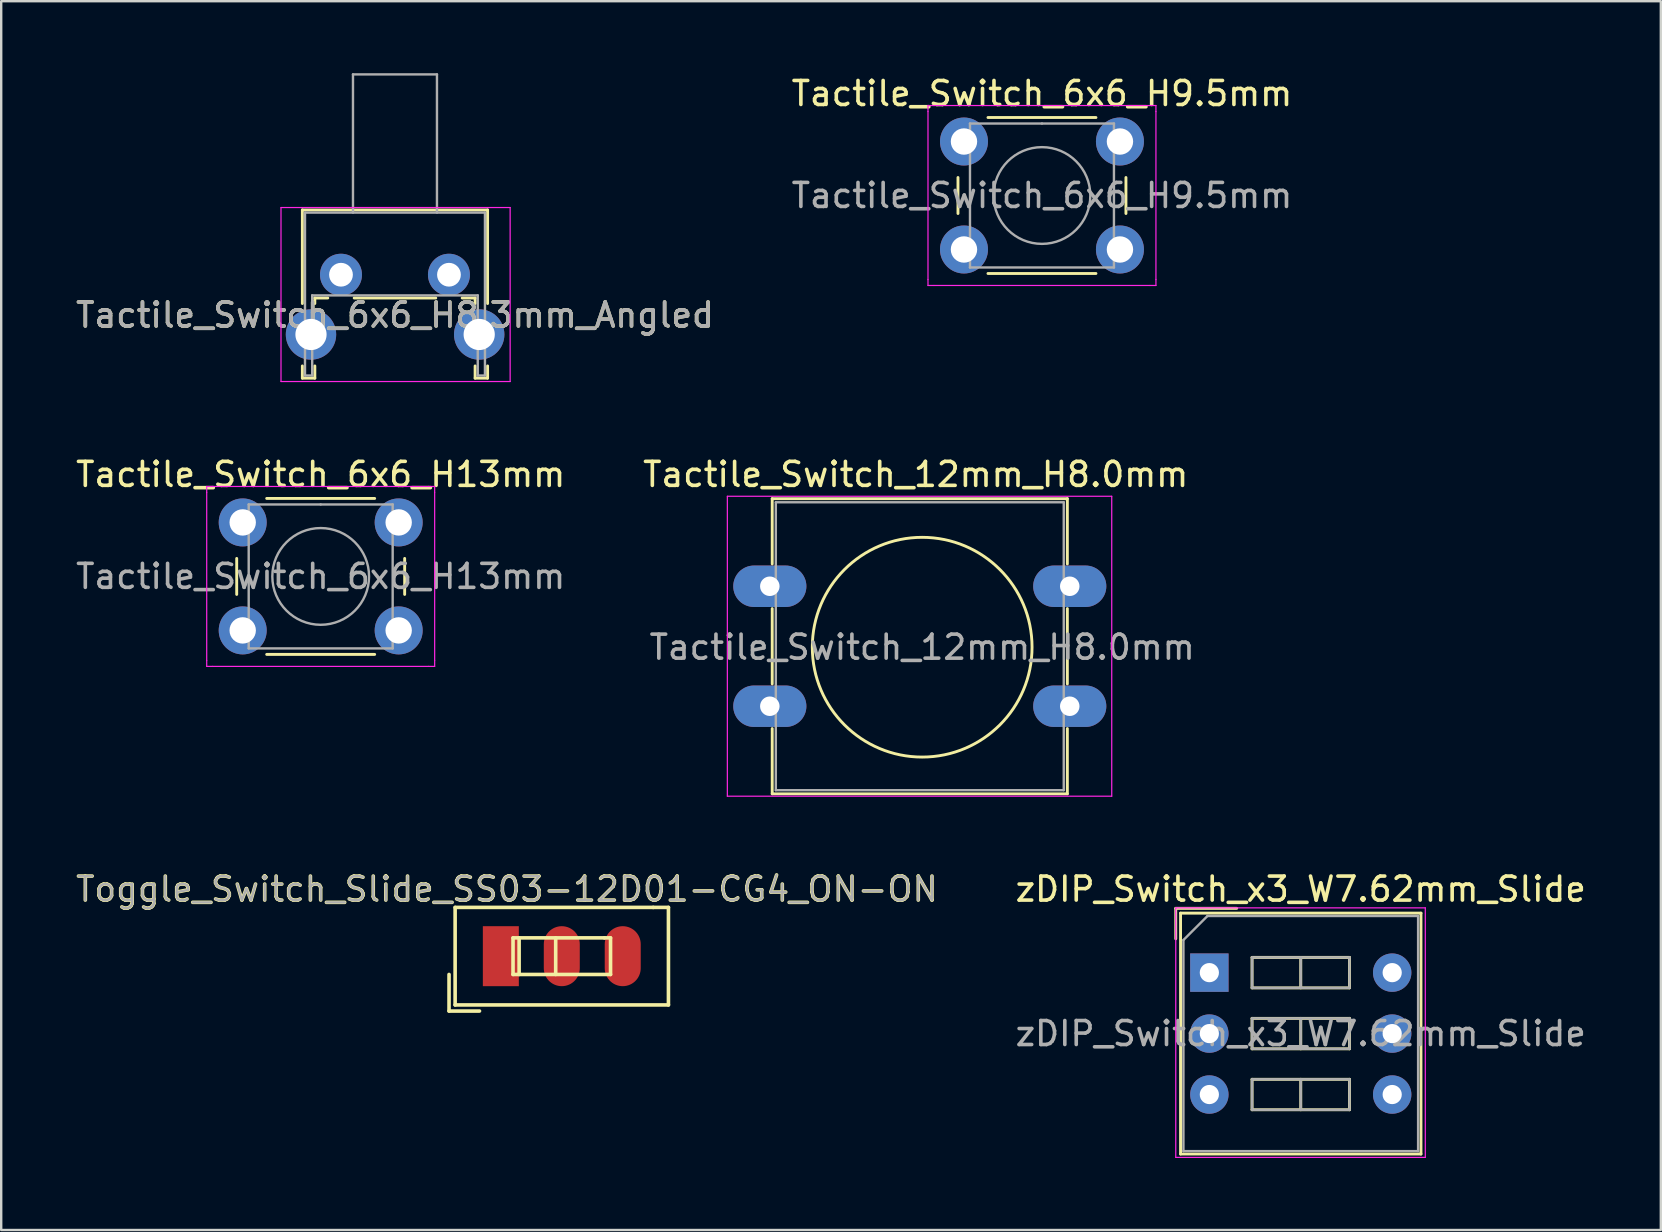
<source format=kicad_pcb>
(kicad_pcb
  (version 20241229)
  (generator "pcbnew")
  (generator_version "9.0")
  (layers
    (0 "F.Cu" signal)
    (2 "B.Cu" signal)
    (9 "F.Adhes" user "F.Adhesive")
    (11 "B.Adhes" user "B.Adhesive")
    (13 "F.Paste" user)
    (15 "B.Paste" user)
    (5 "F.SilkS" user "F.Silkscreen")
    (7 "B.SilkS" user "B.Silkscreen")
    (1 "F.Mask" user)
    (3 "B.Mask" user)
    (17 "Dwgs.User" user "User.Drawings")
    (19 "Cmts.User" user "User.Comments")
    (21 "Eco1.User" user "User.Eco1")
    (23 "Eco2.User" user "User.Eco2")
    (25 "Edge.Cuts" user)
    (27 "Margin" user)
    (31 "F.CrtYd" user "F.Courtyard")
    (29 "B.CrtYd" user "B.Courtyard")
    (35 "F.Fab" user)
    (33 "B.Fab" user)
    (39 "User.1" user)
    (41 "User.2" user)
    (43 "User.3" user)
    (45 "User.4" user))
  (footprint "Tactile_Switch_6x6_H13mm"
    (layer "F.Cu")
    (at 7.065 18.723)
    (property "Reference" "Tactile_Switch_6x6_H13mm" (at 3.25 -2 0) (layer "F.SilkS") (effects (font (size 1 1) (thickness 0.15))))
    (attr through_hole)
    (fp_line (start -0.25 1.5) (end -0.25 3) (stroke (width 0.12) (type solid)) (layer "F.SilkS"))
    (fp_line (start 1 5.5) (end 5.5 5.5) (stroke (width 0.12) (type solid)) (layer "F.SilkS"))
    (fp_line (start 5.5 -1) (end 1 -1) (stroke (width 0.12) (type solid)) (layer "F.SilkS"))
    (fp_line (start 6.75 3) (end 6.75 1.5) (stroke (width 0.12) (type solid)) (layer "F.SilkS"))
    (fp_line (start -1.5 -1.5) (end -1.25 -1.5) (stroke (width 0.05) (type solid)) (layer "F.CrtYd"))
    (fp_line (start -1.5 -1.25) (end -1.5 -1.5) (stroke (width 0.05) (type solid)) (layer "F.CrtYd"))
    (fp_line (start -1.5 5.75) (end -1.5 -1.25) (stroke (width 0.05) (type solid)) (layer "F.CrtYd"))
    (fp_line (start -1.5 5.75) (end -1.5 6) (stroke (width 0.05) (type solid)) (layer "F.CrtYd"))
    (fp_line (start -1.5 6) (end -1.25 6) (stroke (width 0.05) (type solid)) (layer "F.CrtYd"))
    (fp_line (start -1.25 -1.5) (end 7.75 -1.5) (stroke (width 0.05) (type solid)) (layer "F.CrtYd"))
    (fp_line (start 7.75 -1.5) (end 8 -1.5) (stroke (width 0.05) (type solid)) (layer "F.CrtYd"))
    (fp_line (start 7.75 6) (end -1.25 6) (stroke (width 0.05) (type solid)) (layer "F.CrtYd"))
    (fp_line (start 7.75 6) (end 8 6) (stroke (width 0.05) (type solid)) (layer "F.CrtYd"))
    (fp_line (start 8 -1.5) (end 8 -1.25) (stroke (width 0.05) (type solid)) (layer "F.CrtYd"))
    (fp_line (start 8 -1.25) (end 8 5.75) (stroke (width 0.05) (type solid)) (layer "F.CrtYd"))
    (fp_line (start 8 6) (end 8 5.75) (stroke (width 0.05) (type solid)) (layer "F.CrtYd"))
    (fp_line (start 0.25 -0.75) (end 3.25 -0.75) (stroke (width 0.1) (type solid)) (layer "F.Fab"))
    (fp_line (start 0.25 5.25) (end 0.25 -0.75) (stroke (width 0.1) (type solid)) (layer "F.Fab"))
    (fp_line (start 3.25 -0.75) (end 6.25 -0.75) (stroke (width 0.1) (type solid)) (layer "F.Fab"))
    (fp_line (start 6.25 -0.75) (end 6.25 5.25) (stroke (width 0.1) (type solid)) (layer "F.Fab"))
    (fp_line (start 6.25 5.25) (end 0.25 5.25) (stroke (width 0.1) (type solid)) (layer "F.Fab"))
    (fp_circle (center 3.25 2.25) (end 1.25 2.5) (stroke (width 0.1) (type solid)) (fill no) (layer "F.Fab"))
    (fp_text user "${REFERENCE}" (at 3.25 2.25 0) (layer "F.Fab") (effects (font (size 1 1) (thickness 0.15))))
    (pad "1" thru_hole circle (at 0 0 90) (size 2 2) (drill 1.1) (layers "*.Cu" "*.Mask"))
    (pad "1" thru_hole circle (at 6.5 0 90) (size 2 2) (drill 1.1) (layers "*.Cu" "*.Mask"))
    (pad "2" thru_hole circle (at 0 4.5 90) (size 2 2) (drill 1.1) (layers "*.Cu" "*.Mask"))
    (pad "2" thru_hole circle (at 6.5 4.5 90) (size 2 2) (drill 1.1) (layers "*.Cu" "*.Mask")))
  (footprint "Tactile_Switch_6x6_H8.3mm_Angled"
    (layer "F.Cu")
    (at 11.161 8.4)
    (property "Reference" "Tactile_Switch_6x6_H8.3mm_Angled" (at 2.25 1.68 0) (layer "F.SilkS") (effects (font (size 1 1) (thickness 0.15))))
    (attr through_hole)
    (fp_line (start -1.61 -2.7) (end -1.61 1.2) (stroke (width 0.12) (type solid)) (layer "F.SilkS"))
    (fp_line (start -1.61 -2.7) (end 6.11 -2.7) (stroke (width 0.12) (type solid)) (layer "F.SilkS"))
    (fp_line (start -1.61 3.8) (end -1.61 4.31) (stroke (width 0.12) (type solid)) (layer "F.SilkS"))
    (fp_line (start -1.61 4.31) (end -1.09 4.31) (stroke (width 0.12) (type solid)) (layer "F.SilkS"))
    (fp_line (start -1.09 0.97) (end -1.09 1.2) (stroke (width 0.12) (type solid)) (layer "F.SilkS"))
    (fp_line (start -1.09 0.97) (end -0.55 0.97) (stroke (width 0.12) (type solid)) (layer "F.SilkS"))
    (fp_line (start -1.09 3.8) (end -1.09 4.31) (stroke (width 0.12) (type solid)) (layer "F.SilkS"))
    (fp_line (start 0.55 0.97) (end 3.95 0.97) (stroke (width 0.12) (type solid)) (layer "F.SilkS"))
    (fp_line (start 5.05 0.97) (end 5.59 0.97) (stroke (width 0.12) (type solid)) (layer "F.SilkS"))
    (fp_line (start 5.59 0.97) (end 5.59 1.2) (stroke (width 0.12) (type solid)) (layer "F.SilkS"))
    (fp_line (start 5.59 3.8) (end 5.59 4.31) (stroke (width 0.12) (type solid)) (layer "F.SilkS"))
    (fp_line (start 5.59 4.31) (end 6.11 4.31) (stroke (width 0.12) (type solid)) (layer "F.SilkS"))
    (fp_line (start 6.11 -2.7) (end 6.11 1.2) (stroke (width 0.12) (type solid)) (layer "F.SilkS"))
    (fp_line (start 6.11 3.8) (end 6.11 4.31) (stroke (width 0.12) (type solid)) (layer "F.SilkS"))
    (fp_line (start -2.5 -2.8) (end 7.05 -2.8) (stroke (width 0.05) (type solid)) (layer "F.CrtYd"))
    (fp_line (start -2.5 4.45) (end -2.5 -2.8) (stroke (width 0.05) (type solid)) (layer "F.CrtYd"))
    (fp_line (start 7.05 -2.8) (end 7.05 4.45) (stroke (width 0.05) (type solid)) (layer "F.CrtYd"))
    (fp_line (start 7.05 4.45) (end -2.5 4.45) (stroke (width 0.05) (type solid)) (layer "F.CrtYd"))
    (fp_line (start -1.5 -2.59) (end 6 -2.59) (stroke (width 0.1) (type solid)) (layer "F.Fab"))
    (fp_line (start -1.5 4.2) (end -1.5 -2.59) (stroke (width 0.1) (type solid)) (layer "F.Fab"))
    (fp_line (start -1.5 4.2) (end -1.2 4.2) (stroke (width 0.1) (type solid)) (layer "F.Fab"))
    (fp_line (start -1.2 0.86) (end 5.7 0.86) (stroke (width 0.1) (type solid)) (layer "F.Fab"))
    (fp_line (start -1.2 4.2) (end -1.2 0.86) (stroke (width 0.1) (type solid)) (layer "F.Fab"))
    (fp_line (start 0.5 -8.35) (end 0.5 -2.59) (stroke (width 0.1) (type solid)) (layer "F.Fab"))
    (fp_line (start 0.5 -8.35) (end 4 -8.35) (stroke (width 0.1) (type solid)) (layer "F.Fab"))
    (fp_line (start 4 -8.35) (end 4 -2.59) (stroke (width 0.1) (type solid)) (layer "F.Fab"))
    (fp_line (start 5.7 4.2) (end 5.7 0.86) (stroke (width 0.1) (type solid)) (layer "F.Fab"))
    (fp_line (start 5.7 4.2) (end 6 4.2) (stroke (width 0.1) (type solid)) (layer "F.Fab"))
    (fp_line (start 6 4.2) (end 6 -2.59) (stroke (width 0.1) (type solid)) (layer "F.Fab"))
    (fp_text user "${REFERENCE}" (at 2.25 1.68 0) (layer "F.Fab") (effects (font (size 1 1) (thickness 0.15))))
    (pad "" thru_hole circle (at -1.25 2.49) (size 2.1 2.1) (drill 1.3) (layers "*.Cu" "*.Mask"))
    (pad "" thru_hole circle (at 5.76 2.49) (size 2.1 2.1) (drill 1.3) (layers "*.Cu" "*.Mask"))
    (pad "1" thru_hole circle (at 0 0) (size 1.75 1.75) (drill 0.99) (layers "*.Cu" "*.Mask"))
    (pad "2" thru_hole circle (at 4.5 0) (size 1.75 1.75) (drill 0.99) (layers "*.Cu" "*.Mask")))
  (footprint "Tactile_Switch_6x6_H9.5mm"
    (layer "F.Cu")
    (at 37.125 2.848)
    (property "Reference" "Tactile_Switch_6x6_H9.5mm" (at 3.25 -2 0) (layer "F.SilkS") (effects (font (size 1 1) (thickness 0.15))))
    (attr through_hole)
    (fp_line (start -0.25 1.5) (end -0.25 3) (stroke (width 0.12) (type solid)) (layer "F.SilkS"))
    (fp_line (start 1 5.5) (end 5.5 5.5) (stroke (width 0.12) (type solid)) (layer "F.SilkS"))
    (fp_line (start 5.5 -1) (end 1 -1) (stroke (width 0.12) (type solid)) (layer "F.SilkS"))
    (fp_line (start 6.75 3) (end 6.75 1.5) (stroke (width 0.12) (type solid)) (layer "F.SilkS"))
    (fp_line (start -1.5 -1.5) (end -1.25 -1.5) (stroke (width 0.05) (type solid)) (layer "F.CrtYd"))
    (fp_line (start -1.5 -1.25) (end -1.5 -1.5) (stroke (width 0.05) (type solid)) (layer "F.CrtYd"))
    (fp_line (start -1.5 5.75) (end -1.5 -1.25) (stroke (width 0.05) (type solid)) (layer "F.CrtYd"))
    (fp_line (start -1.5 5.75) (end -1.5 6) (stroke (width 0.05) (type solid)) (layer "F.CrtYd"))
    (fp_line (start -1.5 6) (end -1.25 6) (stroke (width 0.05) (type solid)) (layer "F.CrtYd"))
    (fp_line (start -1.25 -1.5) (end 7.75 -1.5) (stroke (width 0.05) (type solid)) (layer "F.CrtYd"))
    (fp_line (start 7.75 -1.5) (end 8 -1.5) (stroke (width 0.05) (type solid)) (layer "F.CrtYd"))
    (fp_line (start 7.75 6) (end -1.25 6) (stroke (width 0.05) (type solid)) (layer "F.CrtYd"))
    (fp_line (start 7.75 6) (end 8 6) (stroke (width 0.05) (type solid)) (layer "F.CrtYd"))
    (fp_line (start 8 -1.5) (end 8 -1.25) (stroke (width 0.05) (type solid)) (layer "F.CrtYd"))
    (fp_line (start 8 -1.25) (end 8 5.75) (stroke (width 0.05) (type solid)) (layer "F.CrtYd"))
    (fp_line (start 8 6) (end 8 5.75) (stroke (width 0.05) (type solid)) (layer "F.CrtYd"))
    (fp_line (start 0.25 -0.75) (end 3.25 -0.75) (stroke (width 0.1) (type solid)) (layer "F.Fab"))
    (fp_line (start 0.25 5.25) (end 0.25 -0.75) (stroke (width 0.1) (type solid)) (layer "F.Fab"))
    (fp_line (start 3.25 -0.75) (end 6.25 -0.75) (stroke (width 0.1) (type solid)) (layer "F.Fab"))
    (fp_line (start 6.25 -0.75) (end 6.25 5.25) (stroke (width 0.1) (type solid)) (layer "F.Fab"))
    (fp_line (start 6.25 5.25) (end 0.25 5.25) (stroke (width 0.1) (type solid)) (layer "F.Fab"))
    (fp_circle (center 3.25 2.25) (end 1.25 2.5) (stroke (width 0.1) (type solid)) (fill no) (layer "F.Fab"))
    (fp_text user "${REFERENCE}" (at 3.25 2.25 0) (layer "F.Fab") (effects (font (size 1 1) (thickness 0.15))))
    (pad "1" thru_hole circle (at 0 0 90) (size 2 2) (drill 1.1) (layers "*.Cu" "*.Mask"))
    (pad "1" thru_hole circle (at 6.5 0 90) (size 2 2) (drill 1.1) (layers "*.Cu" "*.Mask"))
    (pad "2" thru_hole circle (at 0 4.5 90) (size 2 2) (drill 1.1) (layers "*.Cu" "*.Mask"))
    (pad "2" thru_hole circle (at 6.5 4.5 90) (size 2 2) (drill 1.1) (layers "*.Cu" "*.Mask")))
  (footprint "Toggle_Switch_Slide_SS03-12D01-CG4_ON-ON"
    (layer "F.Cu")
    (at 17.823 36.8)
    (property "Reference" "Toggle_Switch_Slide_SS03-12D01-CG4_ON-ON" (at 0.254 -2.794 0) (layer "F.SilkS") (effects (font (size 1 1) (thickness 0.15))))
    (attr through_hole)
    (fp_line (start -2.159 0.762) (end -2.159 2.286) (stroke (width 0.15) (type solid)) (layer "F.SilkS"))
    (fp_line (start -2.159 2.286) (end -0.889 2.286) (stroke (width 0.15) (type solid)) (layer "F.SilkS"))
    (fp_line (start -1.905 -2.032) (end 6.35 -2.032) (stroke (width 0.15) (type solid)) (layer "F.SilkS"))
    (fp_line (start -1.905 2.032) (end -1.905 -2.032) (stroke (width 0.15) (type solid)) (layer "F.SilkS"))
    (fp_line (start 0.508 -0.762) (end 0.508 0.762) (stroke (width 0.15) (type solid)) (layer "F.SilkS"))
    (fp_line (start 0.508 0.762) (end 4.572 0.762) (stroke (width 0.15) (type solid)) (layer "F.SilkS"))
    (fp_line (start 0.762 -0.762) (end 0.762 0.762) (stroke (width 0.15) (type solid)) (layer "F.SilkS"))
    (fp_line (start 2.286 -0.762) (end 2.286 0.762) (stroke (width 0.15) (type solid)) (layer "F.SilkS"))
    (fp_line (start 4.318 -0.762) (end 0.508 -0.762) (stroke (width 0.15) (type solid)) (layer "F.SilkS"))
    (fp_line (start 4.318 -0.762) (end 4.572 -0.762) (stroke (width 0.15) (type solid)) (layer "F.SilkS"))
    (fp_line (start 4.572 -0.762) (end 4.572 0.762) (stroke (width 0.15) (type solid)) (layer "F.SilkS"))
    (fp_line (start 6.35 -2.032) (end 6.985 -2.032) (stroke (width 0.15) (type solid)) (layer "F.SilkS"))
    (fp_line (start 6.985 -2.032) (end 6.985 2.032) (stroke (width 0.15) (type solid)) (layer "F.SilkS"))
    (fp_line (start 6.985 2.032) (end -1.905 2.032) (stroke (width 0.15) (type solid)) (layer "F.SilkS"))
    (fp_text user "${REFERENCE}" (at 0.254 -2.794 0) (layer "F.Fab") (effects (font (size 1 1) (thickness 0.1))))
    (pad "1" smd rect (at 0 0) (size 1.5 2.5) (layers "F.Cu" "F.Mask" "F.Paste"))
    (pad "2" smd oval (at 2.54 0) (size 1.5 2.5) (layers "F.Cu" "F.Mask" "F.Paste"))
    (pad "3" smd oval (at 5.08 0) (size 1.5 2.5) (layers "F.Cu" "F.Mask" "F.Paste")))
  (footprint "Tactile_Switch_12mm_H8.0mm"
    (layer "F.Cu")
    (at 29.033 21.383)
    (property "Reference" "Tactile_Switch_12mm_H8.0mm" (at 6.08 -4.66 0) (layer "F.SilkS") (effects (font (size 1 1) (thickness 0.15))))
    (attr through_hole)
    (fp_line (start 0.1 -3.65) (end 12.4 -3.65) (stroke (width 0.12) (type solid)) (layer "F.SilkS"))
    (fp_line (start 0.1 -0.93) (end 0.1 -3.65) (stroke (width 0.12) (type solid)) (layer "F.SilkS"))
    (fp_line (start 0.1 4.07) (end 0.1 0.93) (stroke (width 0.12) (type solid)) (layer "F.SilkS"))
    (fp_line (start 0.1 8.65) (end 0.1 5.93) (stroke (width 0.12) (type solid)) (layer "F.SilkS"))
    (fp_line (start 12.4 -3.65) (end 12.4 -0.93) (stroke (width 0.12) (type solid)) (layer "F.SilkS"))
    (fp_line (start 12.4 0.93) (end 12.4 4.07) (stroke (width 0.12) (type solid)) (layer "F.SilkS"))
    (fp_line (start 12.4 5.93) (end 12.4 8.65) (stroke (width 0.12) (type solid)) (layer "F.SilkS"))
    (fp_line (start 12.4 8.65) (end 0.1 8.65) (stroke (width 0.12) (type solid)) (layer "F.SilkS"))
    (fp_circle (center 6.35 2.54) (end 10.16 5.08) (stroke (width 0.12) (type solid)) (fill no) (layer "F.SilkS"))
    (fp_line (start -1.77 -3.75) (end -1.77 8.75) (stroke (width 0.05) (type solid)) (layer "F.CrtYd"))
    (fp_line (start -1.77 -3.75) (end 14.25 -3.75) (stroke (width 0.05) (type solid)) (layer "F.CrtYd"))
    (fp_line (start 14.25 8.75) (end -1.77 8.75) (stroke (width 0.05) (type solid)) (layer "F.CrtYd"))
    (fp_line (start 14.25 8.75) (end 14.25 -3.75) (stroke (width 0.05) (type solid)) (layer "F.CrtYd"))
    (fp_line (start 0.25 -3.5) (end 0.25 8.5) (stroke (width 0.1) (type solid)) (layer "F.Fab"))
    (fp_line (start 0.25 -3.5) (end 12.25 -3.5) (stroke (width 0.1) (type solid)) (layer "F.Fab"))
    (fp_line (start 0.25 8.5) (end 12.25 8.5) (stroke (width 0.1) (type solid)) (layer "F.Fab"))
    (fp_line (start 12.25 -3.5) (end 12.25 8.5) (stroke (width 0.1) (type solid)) (layer "F.Fab"))
    (fp_text user "${REFERENCE}" (at 6.35 2.54 0) (layer "F.Fab") (effects (font (size 1 1) (thickness 0.15))))
    (pad "1" thru_hole oval (at 0 0) (size 3.048 1.727) (drill 0.813) (layers "*.Cu" "*.Mask"))
    (pad "1" thru_hole oval (at 12.5 0) (size 3.048 1.727) (drill 0.813) (layers "*.Cu" "*.Mask"))
    (pad "2" thru_hole oval (at 0 5) (size 3.048 1.727) (drill 0.813) (layers "*.Cu" "*.Mask"))
    (pad "2" thru_hole oval (at 12.5 5) (size 3.048 1.727) (drill 0.813) (layers "*.Cu" "*.Mask")))
  (footprint "zDIP_Switch_x3_W7.62mm_Slide"
    (layer "F.Cu")
    (at 47.351 37.486)
    (property "Reference" "zDIP_Switch_x3_W7.62mm_Slide" (at 3.81 -3.48 0) (layer "F.SilkS") (effects (font (size 1 1) (thickness 0.15))))
    (attr through_hole)
    (fp_line (start -1.4 -2.68) (end -1.4 -1.41) (stroke (width 0.12) (type solid)) (layer "F.SilkS"))
    (fp_line (start -1.4 -2.68) (end 1.14 -2.68) (stroke (width 0.12) (type solid)) (layer "F.SilkS"))
    (fp_line (start -1.2 -2.48) (end 8.82 -2.48) (stroke (width 0.12) (type solid)) (layer "F.SilkS"))
    (fp_line (start -1.2 7.56) (end -1.2 -2.48) (stroke (width 0.12) (type solid)) (layer "F.SilkS"))
    (fp_line (start 1.78 -0.635) (end 1.78 0.635) (stroke (width 0.12) (type solid)) (layer "F.SilkS"))
    (fp_line (start 1.78 0.635) (end 5.84 0.635) (stroke (width 0.12) (type solid)) (layer "F.SilkS"))
    (fp_line (start 1.78 1.905) (end 1.78 3.175) (stroke (width 0.12) (type solid)) (layer "F.SilkS"))
    (fp_line (start 1.78 3.175) (end 5.84 3.175) (stroke (width 0.12) (type solid)) (layer "F.SilkS"))
    (fp_line (start 1.78 4.445) (end 1.78 5.715) (stroke (width 0.12) (type solid)) (layer "F.SilkS"))
    (fp_line (start 1.78 5.715) (end 5.84 5.715) (stroke (width 0.12) (type solid)) (layer "F.SilkS"))
    (fp_line (start 3.81 -0.635) (end 3.81 0.635) (stroke (width 0.12) (type solid)) (layer "F.SilkS"))
    (fp_line (start 3.81 1.905) (end 3.81 3.175) (stroke (width 0.12) (type solid)) (layer "F.SilkS"))
    (fp_line (start 3.81 4.445) (end 3.81 5.715) (stroke (width 0.12) (type solid)) (layer "F.SilkS"))
    (fp_line (start 5.84 -0.635) (end 1.78 -0.635) (stroke (width 0.12) (type solid)) (layer "F.SilkS"))
    (fp_line (start 5.84 0.635) (end 5.84 -0.635) (stroke (width 0.12) (type solid)) (layer "F.SilkS"))
    (fp_line (start 5.84 1.905) (end 1.78 1.905) (stroke (width 0.12) (type solid)) (layer "F.SilkS"))
    (fp_line (start 5.84 3.175) (end 5.84 1.905) (stroke (width 0.12) (type solid)) (layer "F.SilkS"))
    (fp_line (start 5.84 4.445) (end 1.78 4.445) (stroke (width 0.12) (type solid)) (layer "F.SilkS"))
    (fp_line (start 5.84 5.715) (end 5.84 4.445) (stroke (width 0.12) (type solid)) (layer "F.SilkS"))
    (fp_line (start 8.82 -2.48) (end 8.82 7.56) (stroke (width 0.12) (type solid)) (layer "F.SilkS"))
    (fp_line (start 8.82 7.56) (end -1.2 7.56) (stroke (width 0.12) (type solid)) (layer "F.SilkS"))
    (fp_line (start -1.4 -2.7) (end -1.4 7.7) (stroke (width 0.05) (type solid)) (layer "F.CrtYd"))
    (fp_line (start -1.4 7.7) (end 9 7.7) (stroke (width 0.05) (type solid)) (layer "F.CrtYd"))
    (fp_line (start 9 -2.7) (end -1.4 -2.7) (stroke (width 0.05) (type solid)) (layer "F.CrtYd"))
    (fp_line (start 9 7.7) (end 9 -2.7) (stroke (width 0.05) (type solid)) (layer "F.CrtYd"))
    (fp_line (start -1.08 -1.36) (end -0.08 -2.36) (stroke (width 0.1) (type solid)) (layer "F.Fab"))
    (fp_line (start -1.08 7.44) (end -1.08 -1.36) (stroke (width 0.1) (type solid)) (layer "F.Fab"))
    (fp_line (start -0.08 -2.36) (end 8.7 -2.36) (stroke (width 0.1) (type solid)) (layer "F.Fab"))
    (fp_line (start 1.78 -0.635) (end 1.78 0.635) (stroke (width 0.1) (type solid)) (layer "F.Fab"))
    (fp_line (start 1.78 0.635) (end 5.84 0.635) (stroke (width 0.1) (type solid)) (layer "F.Fab"))
    (fp_line (start 1.78 1.905) (end 1.78 3.175) (stroke (width 0.1) (type solid)) (layer "F.Fab"))
    (fp_line (start 1.78 3.175) (end 5.84 3.175) (stroke (width 0.1) (type solid)) (layer "F.Fab"))
    (fp_line (start 1.78 4.445) (end 1.78 5.715) (stroke (width 0.1) (type solid)) (layer "F.Fab"))
    (fp_line (start 1.78 5.715) (end 5.84 5.715) (stroke (width 0.1) (type solid)) (layer "F.Fab"))
    (fp_line (start 3.81 -0.635) (end 3.81 0.635) (stroke (width 0.1) (type solid)) (layer "F.Fab"))
    (fp_line (start 3.81 1.905) (end 3.81 3.175) (stroke (width 0.1) (type solid)) (layer "F.Fab"))
    (fp_line (start 3.81 4.445) (end 3.81 5.715) (stroke (width 0.1) (type solid)) (layer "F.Fab"))
    (fp_line (start 5.84 -0.635) (end 1.78 -0.635) (stroke (width 0.1) (type solid)) (layer "F.Fab"))
    (fp_line (start 5.84 0.635) (end 5.84 -0.635) (stroke (width 0.1) (type solid)) (layer "F.Fab"))
    (fp_line (start 5.84 1.905) (end 1.78 1.905) (stroke (width 0.1) (type solid)) (layer "F.Fab"))
    (fp_line (start 5.84 3.175) (end 5.84 1.905) (stroke (width 0.1) (type solid)) (layer "F.Fab"))
    (fp_line (start 5.84 4.445) (end 1.78 4.445) (stroke (width 0.1) (type solid)) (layer "F.Fab"))
    (fp_line (start 5.84 5.715) (end 5.84 4.445) (stroke (width 0.1) (type solid)) (layer "F.Fab"))
    (fp_line (start 8.7 -2.36) (end 8.7 7.44) (stroke (width 0.1) (type solid)) (layer "F.Fab"))
    (fp_line (start 8.7 7.44) (end -1.08 7.44) (stroke (width 0.1) (type solid)) (layer "F.Fab"))
    (fp_text user "${REFERENCE}" (at 3.81 2.54 0) (layer "F.Fab") (effects (font (size 1 1) (thickness 0.15))))
    (pad "1" thru_hole rect (at 0 0) (size 1.6 1.6) (drill 0.8) (layers "*.Cu" "*.Mask"))
    (pad "2" thru_hole oval (at 0 2.54) (size 1.6 1.6) (drill 0.8) (layers "*.Cu" "*.Mask"))
    (pad "3" thru_hole oval (at 0 5.08) (size 1.6 1.6) (drill 0.8) (layers "*.Cu" "*.Mask"))
    (pad "4" thru_hole oval (at 7.62 5.08) (size 1.6 1.6) (drill 0.8) (layers "*.Cu" "*.Mask"))
    (pad "5" thru_hole oval (at 7.62 2.54) (size 1.6 1.6) (drill 0.8) (layers "*.Cu" "*.Mask"))
    (pad "6" thru_hole oval (at 7.62 0) (size 1.6 1.6) (drill 0.8) (layers "*.Cu" "*.Mask")))
  (gr_rect
    (start -3 -3)
    (end 66.167 48.212)
    (stroke (width 0.1) (type default))
    (fill no)
    (layer "Edge.Cuts")))
</source>
